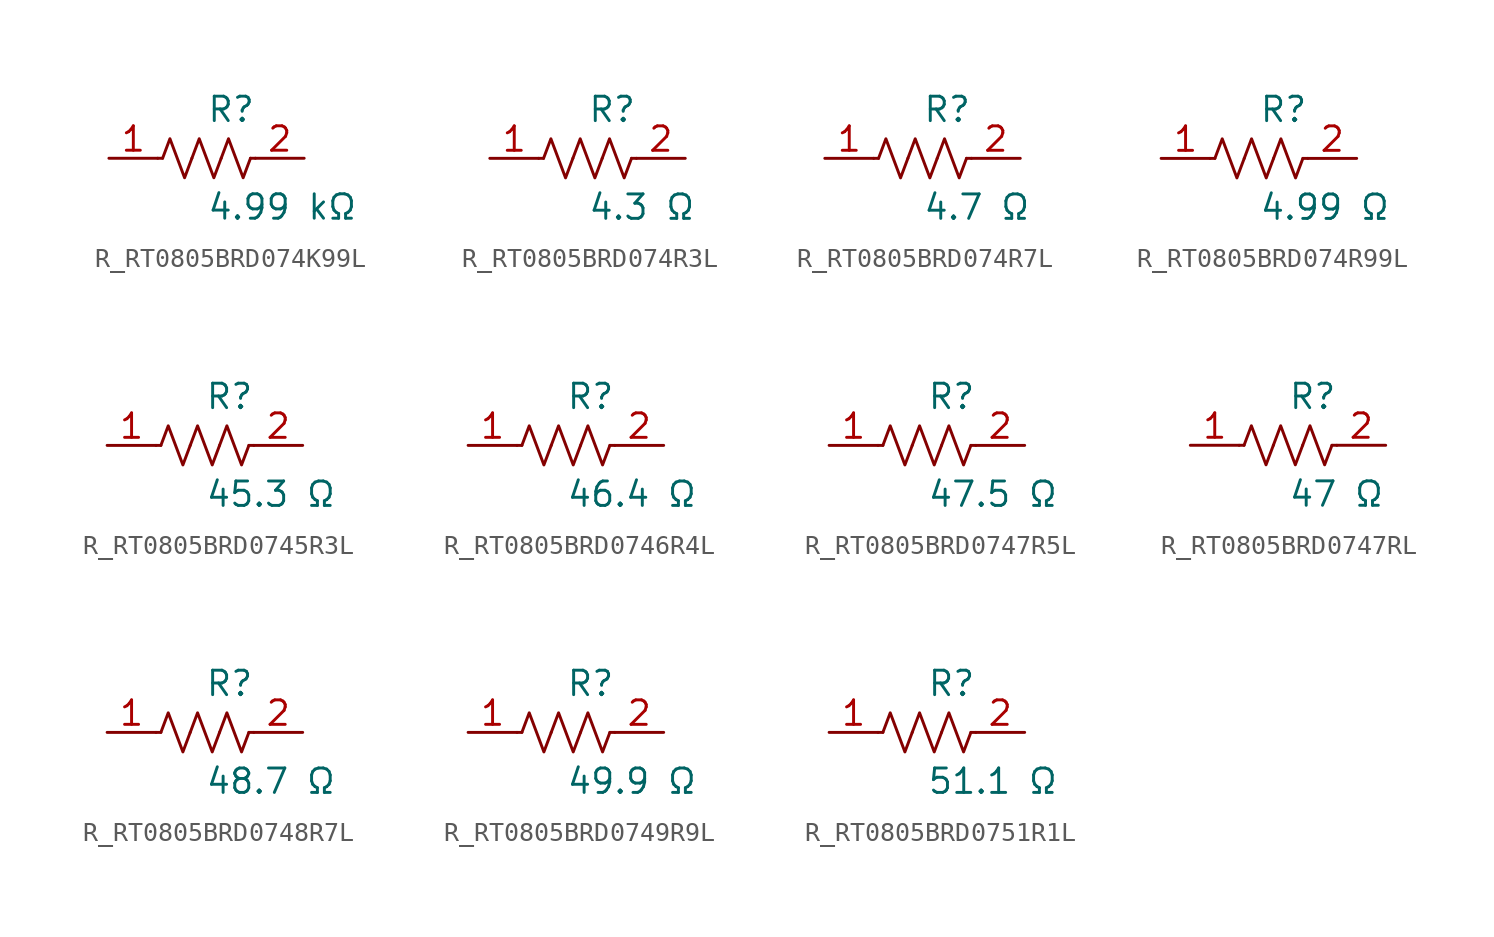
<source format=kicad_sym>
(kicad_symbol_lib
  (version 20231120)
  (generator kicad_symbol_editor)
  (generator_version 8.0)
  (symbol "R_RT0805BRD074K99L"
    (pin_names
      (offset 0.254))
    (property "Reference" "R"
      (at 0.0 2.54 0)
      (effects (font (size 1.27 1.27)) (justify left)))
    (property "Value" "4.99 kΩ"
      (at 0.0 -2.54 0)
      (effects (font (size 1.27 1.27)) (justify left)))
    (symbol "R_RT0805BRD074K99L_0_1"
      (polyline (pts (xy 2.286 0) (xy 2.54 0)) (stroke (width 0) (type default)) (fill (type none)))
      (polyline (pts (xy -2.286 0) (xy -2.54 0)) (stroke (width 0) (type default)) (fill (type none)))
      (polyline (pts (xy 0.762 0) (xy 1.143 1.016) (xy 1.524 0) (xy 1.905 -1.016) (xy 2.286 0)) (stroke (width 0) (type default)) (fill (type none)))
      (polyline (pts (xy -0.762 0) (xy -0.381 1.016) (xy 0 0) (xy 0.381 -1.016) (xy 0.762 0)) (stroke (width 0) (type default)) (fill (type none)))
      (polyline (pts (xy -2.286 0) (xy -1.905 1.016) (xy -1.524 0) (xy -1.143 -1.016) (xy -0.762 0)) (stroke (width 0) (type default)) (fill (type none))))
    (pin unspecified line
      (at -5.08 0 0)
      (length 2.54)
      (name "" (effects (font (size 1.27 1.27))))
      (number "1" (effects (font (size 1.27 1.27)))))
    (pin unspecified line
      (at 5.08 0 180)
      (length 2.54)
      (name "" (effects (font (size 1.27 1.27))))
      (number "2" (effects (font (size 1.27 1.27))))))
  (symbol "R_RT0805BRD074R3L"
    (pin_names
      (offset 0.254))
    (property "Reference" "R"
      (at 0.0 2.54 0)
      (effects (font (size 1.27 1.27)) (justify left)))
    (property "Value" "4.3 Ω"
      (at 0.0 -2.54 0)
      (effects (font (size 1.27 1.27)) (justify left)))
    (symbol "R_RT0805BRD074R3L_0_1"
      (polyline (pts (xy 2.286 0) (xy 2.54 0)) (stroke (width 0) (type default)) (fill (type none)))
      (polyline (pts (xy -2.286 0) (xy -2.54 0)) (stroke (width 0) (type default)) (fill (type none)))
      (polyline (pts (xy 0.762 0) (xy 1.143 1.016) (xy 1.524 0) (xy 1.905 -1.016) (xy 2.286 0)) (stroke (width 0) (type default)) (fill (type none)))
      (polyline (pts (xy -0.762 0) (xy -0.381 1.016) (xy 0 0) (xy 0.381 -1.016) (xy 0.762 0)) (stroke (width 0) (type default)) (fill (type none)))
      (polyline (pts (xy -2.286 0) (xy -1.905 1.016) (xy -1.524 0) (xy -1.143 -1.016) (xy -0.762 0)) (stroke (width 0) (type default)) (fill (type none))))
    (pin unspecified line
      (at -5.08 0 0)
      (length 2.54)
      (name "" (effects (font (size 1.27 1.27))))
      (number "1" (effects (font (size 1.27 1.27)))))
    (pin unspecified line
      (at 5.08 0 180)
      (length 2.54)
      (name "" (effects (font (size 1.27 1.27))))
      (number "2" (effects (font (size 1.27 1.27))))))
  (symbol "R_RT0805BRD074R7L"
    (pin_names
      (offset 0.254))
    (property "Reference" "R"
      (at 0.0 2.54 0)
      (effects (font (size 1.27 1.27)) (justify left)))
    (property "Value" "4.7 Ω"
      (at 0.0 -2.54 0)
      (effects (font (size 1.27 1.27)) (justify left)))
    (symbol "R_RT0805BRD074R7L_0_1"
      (polyline (pts (xy 2.286 0) (xy 2.54 0)) (stroke (width 0) (type default)) (fill (type none)))
      (polyline (pts (xy -2.286 0) (xy -2.54 0)) (stroke (width 0) (type default)) (fill (type none)))
      (polyline (pts (xy 0.762 0) (xy 1.143 1.016) (xy 1.524 0) (xy 1.905 -1.016) (xy 2.286 0)) (stroke (width 0) (type default)) (fill (type none)))
      (polyline (pts (xy -0.762 0) (xy -0.381 1.016) (xy 0 0) (xy 0.381 -1.016) (xy 0.762 0)) (stroke (width 0) (type default)) (fill (type none)))
      (polyline (pts (xy -2.286 0) (xy -1.905 1.016) (xy -1.524 0) (xy -1.143 -1.016) (xy -0.762 0)) (stroke (width 0) (type default)) (fill (type none))))
    (pin unspecified line
      (at -5.08 0 0)
      (length 2.54)
      (name "" (effects (font (size 1.27 1.27))))
      (number "1" (effects (font (size 1.27 1.27)))))
    (pin unspecified line
      (at 5.08 0 180)
      (length 2.54)
      (name "" (effects (font (size 1.27 1.27))))
      (number "2" (effects (font (size 1.27 1.27))))))
  (symbol "R_RT0805BRD074R99L"
    (pin_names
      (offset 0.254))
    (property "Reference" "R"
      (at 0.0 2.54 0)
      (effects (font (size 1.27 1.27)) (justify left)))
    (property "Value" "4.99 Ω"
      (at 0.0 -2.54 0)
      (effects (font (size 1.27 1.27)) (justify left)))
    (symbol "R_RT0805BRD074R99L_0_1"
      (polyline (pts (xy 2.286 0) (xy 2.54 0)) (stroke (width 0) (type default)) (fill (type none)))
      (polyline (pts (xy -2.286 0) (xy -2.54 0)) (stroke (width 0) (type default)) (fill (type none)))
      (polyline (pts (xy 0.762 0) (xy 1.143 1.016) (xy 1.524 0) (xy 1.905 -1.016) (xy 2.286 0)) (stroke (width 0) (type default)) (fill (type none)))
      (polyline (pts (xy -0.762 0) (xy -0.381 1.016) (xy 0 0) (xy 0.381 -1.016) (xy 0.762 0)) (stroke (width 0) (type default)) (fill (type none)))
      (polyline (pts (xy -2.286 0) (xy -1.905 1.016) (xy -1.524 0) (xy -1.143 -1.016) (xy -0.762 0)) (stroke (width 0) (type default)) (fill (type none))))
    (pin unspecified line
      (at -5.08 0 0)
      (length 2.54)
      (name "" (effects (font (size 1.27 1.27))))
      (number "1" (effects (font (size 1.27 1.27)))))
    (pin unspecified line
      (at 5.08 0 180)
      (length 2.54)
      (name "" (effects (font (size 1.27 1.27))))
      (number "2" (effects (font (size 1.27 1.27))))))
  (symbol "R_RT0805BRD0745R3L"
    (pin_names
      (offset 0.254))
    (property "Reference" "R"
      (at 0.0 2.54 0)
      (effects (font (size 1.27 1.27)) (justify left)))
    (property "Value" "45.3 Ω"
      (at 0.0 -2.54 0)
      (effects (font (size 1.27 1.27)) (justify left)))
    (symbol "R_RT0805BRD0745R3L_0_1"
      (polyline (pts (xy 2.286 0) (xy 2.54 0)) (stroke (width 0) (type default)) (fill (type none)))
      (polyline (pts (xy -2.286 0) (xy -2.54 0)) (stroke (width 0) (type default)) (fill (type none)))
      (polyline (pts (xy 0.762 0) (xy 1.143 1.016) (xy 1.524 0) (xy 1.905 -1.016) (xy 2.286 0)) (stroke (width 0) (type default)) (fill (type none)))
      (polyline (pts (xy -0.762 0) (xy -0.381 1.016) (xy 0 0) (xy 0.381 -1.016) (xy 0.762 0)) (stroke (width 0) (type default)) (fill (type none)))
      (polyline (pts (xy -2.286 0) (xy -1.905 1.016) (xy -1.524 0) (xy -1.143 -1.016) (xy -0.762 0)) (stroke (width 0) (type default)) (fill (type none))))
    (pin unspecified line
      (at -5.08 0 0)
      (length 2.54)
      (name "" (effects (font (size 1.27 1.27))))
      (number "1" (effects (font (size 1.27 1.27)))))
    (pin unspecified line
      (at 5.08 0 180)
      (length 2.54)
      (name "" (effects (font (size 1.27 1.27))))
      (number "2" (effects (font (size 1.27 1.27))))))
  (symbol "R_RT0805BRD0746R4L"
    (pin_names
      (offset 0.254))
    (property "Reference" "R"
      (at 0.0 2.54 0)
      (effects (font (size 1.27 1.27)) (justify left)))
    (property "Value" "46.4 Ω"
      (at 0.0 -2.54 0)
      (effects (font (size 1.27 1.27)) (justify left)))
    (symbol "R_RT0805BRD0746R4L_0_1"
      (polyline (pts (xy 2.286 0) (xy 2.54 0)) (stroke (width 0) (type default)) (fill (type none)))
      (polyline (pts (xy -2.286 0) (xy -2.54 0)) (stroke (width 0) (type default)) (fill (type none)))
      (polyline (pts (xy 0.762 0) (xy 1.143 1.016) (xy 1.524 0) (xy 1.905 -1.016) (xy 2.286 0)) (stroke (width 0) (type default)) (fill (type none)))
      (polyline (pts (xy -0.762 0) (xy -0.381 1.016) (xy 0 0) (xy 0.381 -1.016) (xy 0.762 0)) (stroke (width 0) (type default)) (fill (type none)))
      (polyline (pts (xy -2.286 0) (xy -1.905 1.016) (xy -1.524 0) (xy -1.143 -1.016) (xy -0.762 0)) (stroke (width 0) (type default)) (fill (type none))))
    (pin unspecified line
      (at -5.08 0 0)
      (length 2.54)
      (name "" (effects (font (size 1.27 1.27))))
      (number "1" (effects (font (size 1.27 1.27)))))
    (pin unspecified line
      (at 5.08 0 180)
      (length 2.54)
      (name "" (effects (font (size 1.27 1.27))))
      (number "2" (effects (font (size 1.27 1.27))))))
  (symbol "R_RT0805BRD0747R5L"
    (pin_names
      (offset 0.254))
    (property "Reference" "R"
      (at 0.0 2.54 0)
      (effects (font (size 1.27 1.27)) (justify left)))
    (property "Value" "47.5 Ω"
      (at 0.0 -2.54 0)
      (effects (font (size 1.27 1.27)) (justify left)))
    (symbol "R_RT0805BRD0747R5L_0_1"
      (polyline (pts (xy 2.286 0) (xy 2.54 0)) (stroke (width 0) (type default)) (fill (type none)))
      (polyline (pts (xy -2.286 0) (xy -2.54 0)) (stroke (width 0) (type default)) (fill (type none)))
      (polyline (pts (xy 0.762 0) (xy 1.143 1.016) (xy 1.524 0) (xy 1.905 -1.016) (xy 2.286 0)) (stroke (width 0) (type default)) (fill (type none)))
      (polyline (pts (xy -0.762 0) (xy -0.381 1.016) (xy 0 0) (xy 0.381 -1.016) (xy 0.762 0)) (stroke (width 0) (type default)) (fill (type none)))
      (polyline (pts (xy -2.286 0) (xy -1.905 1.016) (xy -1.524 0) (xy -1.143 -1.016) (xy -0.762 0)) (stroke (width 0) (type default)) (fill (type none))))
    (pin unspecified line
      (at -5.08 0 0)
      (length 2.54)
      (name "" (effects (font (size 1.27 1.27))))
      (number "1" (effects (font (size 1.27 1.27)))))
    (pin unspecified line
      (at 5.08 0 180)
      (length 2.54)
      (name "" (effects (font (size 1.27 1.27))))
      (number "2" (effects (font (size 1.27 1.27))))))
  (symbol "R_RT0805BRD0747RL"
    (pin_names
      (offset 0.254))
    (property "Reference" "R"
      (at 0.0 2.54 0)
      (effects (font (size 1.27 1.27)) (justify left)))
    (property "Value" "47 Ω"
      (at 0.0 -2.54 0)
      (effects (font (size 1.27 1.27)) (justify left)))
    (symbol "R_RT0805BRD0747RL_0_1"
      (polyline (pts (xy 2.286 0) (xy 2.54 0)) (stroke (width 0) (type default)) (fill (type none)))
      (polyline (pts (xy -2.286 0) (xy -2.54 0)) (stroke (width 0) (type default)) (fill (type none)))
      (polyline (pts (xy 0.762 0) (xy 1.143 1.016) (xy 1.524 0) (xy 1.905 -1.016) (xy 2.286 0)) (stroke (width 0) (type default)) (fill (type none)))
      (polyline (pts (xy -0.762 0) (xy -0.381 1.016) (xy 0 0) (xy 0.381 -1.016) (xy 0.762 0)) (stroke (width 0) (type default)) (fill (type none)))
      (polyline (pts (xy -2.286 0) (xy -1.905 1.016) (xy -1.524 0) (xy -1.143 -1.016) (xy -0.762 0)) (stroke (width 0) (type default)) (fill (type none))))
    (pin unspecified line
      (at -5.08 0 0)
      (length 2.54)
      (name "" (effects (font (size 1.27 1.27))))
      (number "1" (effects (font (size 1.27 1.27)))))
    (pin unspecified line
      (at 5.08 0 180)
      (length 2.54)
      (name "" (effects (font (size 1.27 1.27))))
      (number "2" (effects (font (size 1.27 1.27))))))
  (symbol "R_RT0805BRD0748R7L"
    (pin_names
      (offset 0.254))
    (property "Reference" "R"
      (at 0.0 2.54 0)
      (effects (font (size 1.27 1.27)) (justify left)))
    (property "Value" "48.7 Ω"
      (at 0.0 -2.54 0)
      (effects (font (size 1.27 1.27)) (justify left)))
    (symbol "R_RT0805BRD0748R7L_0_1"
      (polyline (pts (xy 2.286 0) (xy 2.54 0)) (stroke (width 0) (type default)) (fill (type none)))
      (polyline (pts (xy -2.286 0) (xy -2.54 0)) (stroke (width 0) (type default)) (fill (type none)))
      (polyline (pts (xy 0.762 0) (xy 1.143 1.016) (xy 1.524 0) (xy 1.905 -1.016) (xy 2.286 0)) (stroke (width 0) (type default)) (fill (type none)))
      (polyline (pts (xy -0.762 0) (xy -0.381 1.016) (xy 0 0) (xy 0.381 -1.016) (xy 0.762 0)) (stroke (width 0) (type default)) (fill (type none)))
      (polyline (pts (xy -2.286 0) (xy -1.905 1.016) (xy -1.524 0) (xy -1.143 -1.016) (xy -0.762 0)) (stroke (width 0) (type default)) (fill (type none))))
    (pin unspecified line
      (at -5.08 0 0)
      (length 2.54)
      (name "" (effects (font (size 1.27 1.27))))
      (number "1" (effects (font (size 1.27 1.27)))))
    (pin unspecified line
      (at 5.08 0 180)
      (length 2.54)
      (name "" (effects (font (size 1.27 1.27))))
      (number "2" (effects (font (size 1.27 1.27))))))
  (symbol "R_RT0805BRD0749R9L"
    (pin_names
      (offset 0.254))
    (property "Reference" "R"
      (at 0.0 2.54 0)
      (effects (font (size 1.27 1.27)) (justify left)))
    (property "Value" "49.9 Ω"
      (at 0.0 -2.54 0)
      (effects (font (size 1.27 1.27)) (justify left)))
    (symbol "R_RT0805BRD0749R9L_0_1"
      (polyline (pts (xy 2.286 0) (xy 2.54 0)) (stroke (width 0) (type default)) (fill (type none)))
      (polyline (pts (xy -2.286 0) (xy -2.54 0)) (stroke (width 0) (type default)) (fill (type none)))
      (polyline (pts (xy 0.762 0) (xy 1.143 1.016) (xy 1.524 0) (xy 1.905 -1.016) (xy 2.286 0)) (stroke (width 0) (type default)) (fill (type none)))
      (polyline (pts (xy -0.762 0) (xy -0.381 1.016) (xy 0 0) (xy 0.381 -1.016) (xy 0.762 0)) (stroke (width 0) (type default)) (fill (type none)))
      (polyline (pts (xy -2.286 0) (xy -1.905 1.016) (xy -1.524 0) (xy -1.143 -1.016) (xy -0.762 0)) (stroke (width 0) (type default)) (fill (type none))))
    (pin unspecified line
      (at -5.08 0 0)
      (length 2.54)
      (name "" (effects (font (size 1.27 1.27))))
      (number "1" (effects (font (size 1.27 1.27)))))
    (pin unspecified line
      (at 5.08 0 180)
      (length 2.54)
      (name "" (effects (font (size 1.27 1.27))))
      (number "2" (effects (font (size 1.27 1.27))))))
  (symbol "R_RT0805BRD0751R1L"
    (pin_names
      (offset 0.254))
    (property "Reference" "R"
      (at 0.0 2.54 0)
      (effects (font (size 1.27 1.27)) (justify left)))
    (property "Value" "51.1 Ω"
      (at 0.0 -2.54 0)
      (effects (font (size 1.27 1.27)) (justify left)))
    (symbol "R_RT0805BRD0751R1L_0_1"
      (polyline (pts (xy 2.286 0) (xy 2.54 0)) (stroke (width 0) (type default)) (fill (type none)))
      (polyline (pts (xy -2.286 0) (xy -2.54 0)) (stroke (width 0) (type default)) (fill (type none)))
      (polyline (pts (xy 0.762 0) (xy 1.143 1.016) (xy 1.524 0) (xy 1.905 -1.016) (xy 2.286 0)) (stroke (width 0) (type default)) (fill (type none)))
      (polyline (pts (xy -0.762 0) (xy -0.381 1.016) (xy 0 0) (xy 0.381 -1.016) (xy 0.762 0)) (stroke (width 0) (type default)) (fill (type none)))
      (polyline (pts (xy -2.286 0) (xy -1.905 1.016) (xy -1.524 0) (xy -1.143 -1.016) (xy -0.762 0)) (stroke (width 0) (type default)) (fill (type none))))
    (pin unspecified line
      (at -5.08 0 0)
      (length 2.54)
      (name "" (effects (font (size 1.27 1.27))))
      (number "1" (effects (font (size 1.27 1.27)))))
    (pin unspecified line
      (at 5.08 0 180)
      (length 2.54)
      (name "" (effects (font (size 1.27 1.27))))
      (number "2" (effects (font (size 1.27 1.27)))))))
</source>
